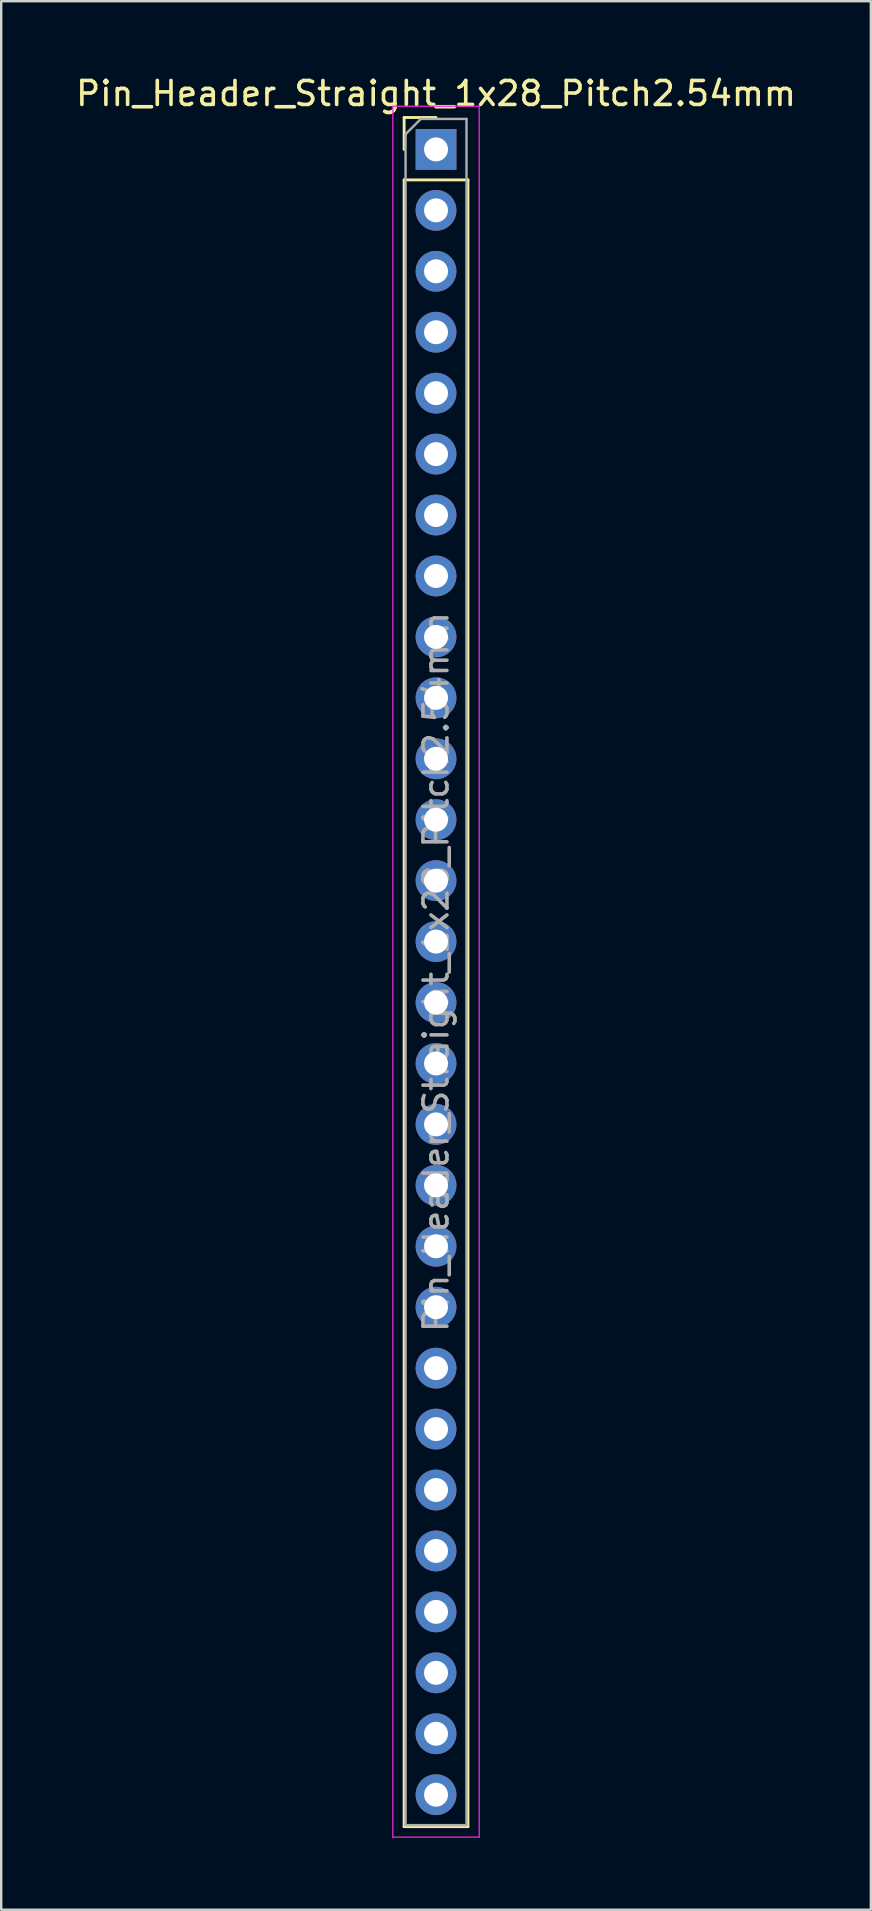
<source format=kicad_pcb>
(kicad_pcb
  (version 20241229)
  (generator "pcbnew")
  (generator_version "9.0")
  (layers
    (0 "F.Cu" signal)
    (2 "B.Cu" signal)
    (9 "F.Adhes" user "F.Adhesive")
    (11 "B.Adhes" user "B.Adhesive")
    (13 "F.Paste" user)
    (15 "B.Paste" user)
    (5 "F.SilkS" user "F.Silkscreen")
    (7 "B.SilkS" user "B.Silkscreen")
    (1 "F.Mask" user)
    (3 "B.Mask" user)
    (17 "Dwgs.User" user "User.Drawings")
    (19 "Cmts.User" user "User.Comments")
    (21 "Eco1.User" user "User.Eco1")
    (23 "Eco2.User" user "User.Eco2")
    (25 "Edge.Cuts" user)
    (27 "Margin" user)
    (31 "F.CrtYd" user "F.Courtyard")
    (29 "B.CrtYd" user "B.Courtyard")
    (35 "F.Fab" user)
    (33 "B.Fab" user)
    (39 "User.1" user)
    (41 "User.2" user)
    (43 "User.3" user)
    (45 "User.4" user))
  (footprint "Pin_Header_Straight_1x28_Pitch2.54mm"
    (layer "F.Cu")
    (at 15.125 3.178)
    (property "Reference" "Pin_Header_Straight_1x28_Pitch2.54mm" (at 0 -2.33 0) (layer "F.SilkS") (effects (font (size 1 1) (thickness 0.15))))
    (attr through_hole)
    (fp_line (start -1.33 -1.33) (end 0 -1.33) (stroke (width 0.12) (type solid)) (layer "F.SilkS"))
    (fp_line (start -1.33 0) (end -1.33 -1.33) (stroke (width 0.12) (type solid)) (layer "F.SilkS"))
    (fp_line (start -1.33 1.27) (end -1.33 69.91) (stroke (width 0.12) (type solid)) (layer "F.SilkS"))
    (fp_line (start -1.33 1.27) (end 1.33 1.27) (stroke (width 0.12) (type solid)) (layer "F.SilkS"))
    (fp_line (start -1.33 69.91) (end 1.33 69.91) (stroke (width 0.12) (type solid)) (layer "F.SilkS"))
    (fp_line (start 1.33 1.27) (end 1.33 69.91) (stroke (width 0.12) (type solid)) (layer "F.SilkS"))
    (fp_line (start -1.8 -1.8) (end -1.8 70.35) (stroke (width 0.05) (type solid)) (layer "F.CrtYd"))
    (fp_line (start -1.8 70.35) (end 1.8 70.35) (stroke (width 0.05) (type solid)) (layer "F.CrtYd"))
    (fp_line (start 1.8 -1.8) (end -1.8 -1.8) (stroke (width 0.05) (type solid)) (layer "F.CrtYd"))
    (fp_line (start 1.8 70.35) (end 1.8 -1.8) (stroke (width 0.05) (type solid)) (layer "F.CrtYd"))
    (fp_line (start -1.27 -0.635) (end -0.635 -1.27) (stroke (width 0.1) (type solid)) (layer "F.Fab"))
    (fp_line (start -1.27 69.85) (end -1.27 -0.635) (stroke (width 0.1) (type solid)) (layer "F.Fab"))
    (fp_line (start -0.635 -1.27) (end 1.27 -1.27) (stroke (width 0.1) (type solid)) (layer "F.Fab"))
    (fp_line (start 1.27 -1.27) (end 1.27 69.85) (stroke (width 0.1) (type solid)) (layer "F.Fab"))
    (fp_line (start 1.27 69.85) (end -1.27 69.85) (stroke (width 0.1) (type solid)) (layer "F.Fab"))
    (fp_text user "${REFERENCE}" (at 0 34.29 90) (layer "F.Fab") (effects (font (size 1 1) (thickness 0.15))))
    (pad "1" thru_hole rect (at 0 0) (size 1.7 1.7) (drill 1) (layers "*.Cu" "*.Mask"))
    (pad "2" thru_hole oval (at 0 2.54) (size 1.7 1.7) (drill 1) (layers "*.Cu" "*.Mask"))
    (pad "3" thru_hole oval (at 0 5.08) (size 1.7 1.7) (drill 1) (layers "*.Cu" "*.Mask"))
    (pad "4" thru_hole oval (at 0 7.62) (size 1.7 1.7) (drill 1) (layers "*.Cu" "*.Mask"))
    (pad "5" thru_hole oval (at 0 10.16) (size 1.7 1.7) (drill 1) (layers "*.Cu" "*.Mask"))
    (pad "6" thru_hole oval (at 0 12.7) (size 1.7 1.7) (drill 1) (layers "*.Cu" "*.Mask"))
    (pad "7" thru_hole oval (at 0 15.24) (size 1.7 1.7) (drill 1) (layers "*.Cu" "*.Mask"))
    (pad "8" thru_hole oval (at 0 17.78) (size 1.7 1.7) (drill 1) (layers "*.Cu" "*.Mask"))
    (pad "9" thru_hole oval (at 0 20.32) (size 1.7 1.7) (drill 1) (layers "*.Cu" "*.Mask"))
    (pad "10" thru_hole oval (at 0 22.86) (size 1.7 1.7) (drill 1) (layers "*.Cu" "*.Mask"))
    (pad "11" thru_hole oval (at 0 25.4) (size 1.7 1.7) (drill 1) (layers "*.Cu" "*.Mask"))
    (pad "12" thru_hole oval (at 0 27.94) (size 1.7 1.7) (drill 1) (layers "*.Cu" "*.Mask"))
    (pad "13" thru_hole oval (at 0 30.48) (size 1.7 1.7) (drill 1) (layers "*.Cu" "*.Mask"))
    (pad "14" thru_hole oval (at 0 33.02) (size 1.7 1.7) (drill 1) (layers "*.Cu" "*.Mask"))
    (pad "15" thru_hole oval (at 0 35.56) (size 1.7 1.7) (drill 1) (layers "*.Cu" "*.Mask"))
    (pad "16" thru_hole oval (at 0 38.1) (size 1.7 1.7) (drill 1) (layers "*.Cu" "*.Mask"))
    (pad "17" thru_hole oval (at 0 40.64) (size 1.7 1.7) (drill 1) (layers "*.Cu" "*.Mask"))
    (pad "18" thru_hole oval (at 0 43.18) (size 1.7 1.7) (drill 1) (layers "*.Cu" "*.Mask"))
    (pad "19" thru_hole oval (at 0 45.72) (size 1.7 1.7) (drill 1) (layers "*.Cu" "*.Mask"))
    (pad "20" thru_hole oval (at 0 48.26) (size 1.7 1.7) (drill 1) (layers "*.Cu" "*.Mask"))
    (pad "21" thru_hole oval (at 0 50.8) (size 1.7 1.7) (drill 1) (layers "*.Cu" "*.Mask"))
    (pad "22" thru_hole oval (at 0 53.34) (size 1.7 1.7) (drill 1) (layers "*.Cu" "*.Mask"))
    (pad "23" thru_hole oval (at 0 55.88) (size 1.7 1.7) (drill 1) (layers "*.Cu" "*.Mask"))
    (pad "24" thru_hole oval (at 0 58.42) (size 1.7 1.7) (drill 1) (layers "*.Cu" "*.Mask"))
    (pad "25" thru_hole oval (at 0 60.96) (size 1.7 1.7) (drill 1) (layers "*.Cu" "*.Mask"))
    (pad "26" thru_hole oval (at 0 63.5) (size 1.7 1.7) (drill 1) (layers "*.Cu" "*.Mask"))
    (pad "27" thru_hole oval (at 0 66.04) (size 1.7 1.7) (drill 1) (layers "*.Cu" "*.Mask"))
    (pad "28" thru_hole oval (at 0 68.58) (size 1.7 1.7) (drill 1) (layers "*.Cu" "*.Mask")))
  (gr_rect
    (start -3 -3)
    (end 33.25 76.553)
    (stroke (width 0.1) (type default))
    (fill no)
    (layer "Edge.Cuts")))
</source>
